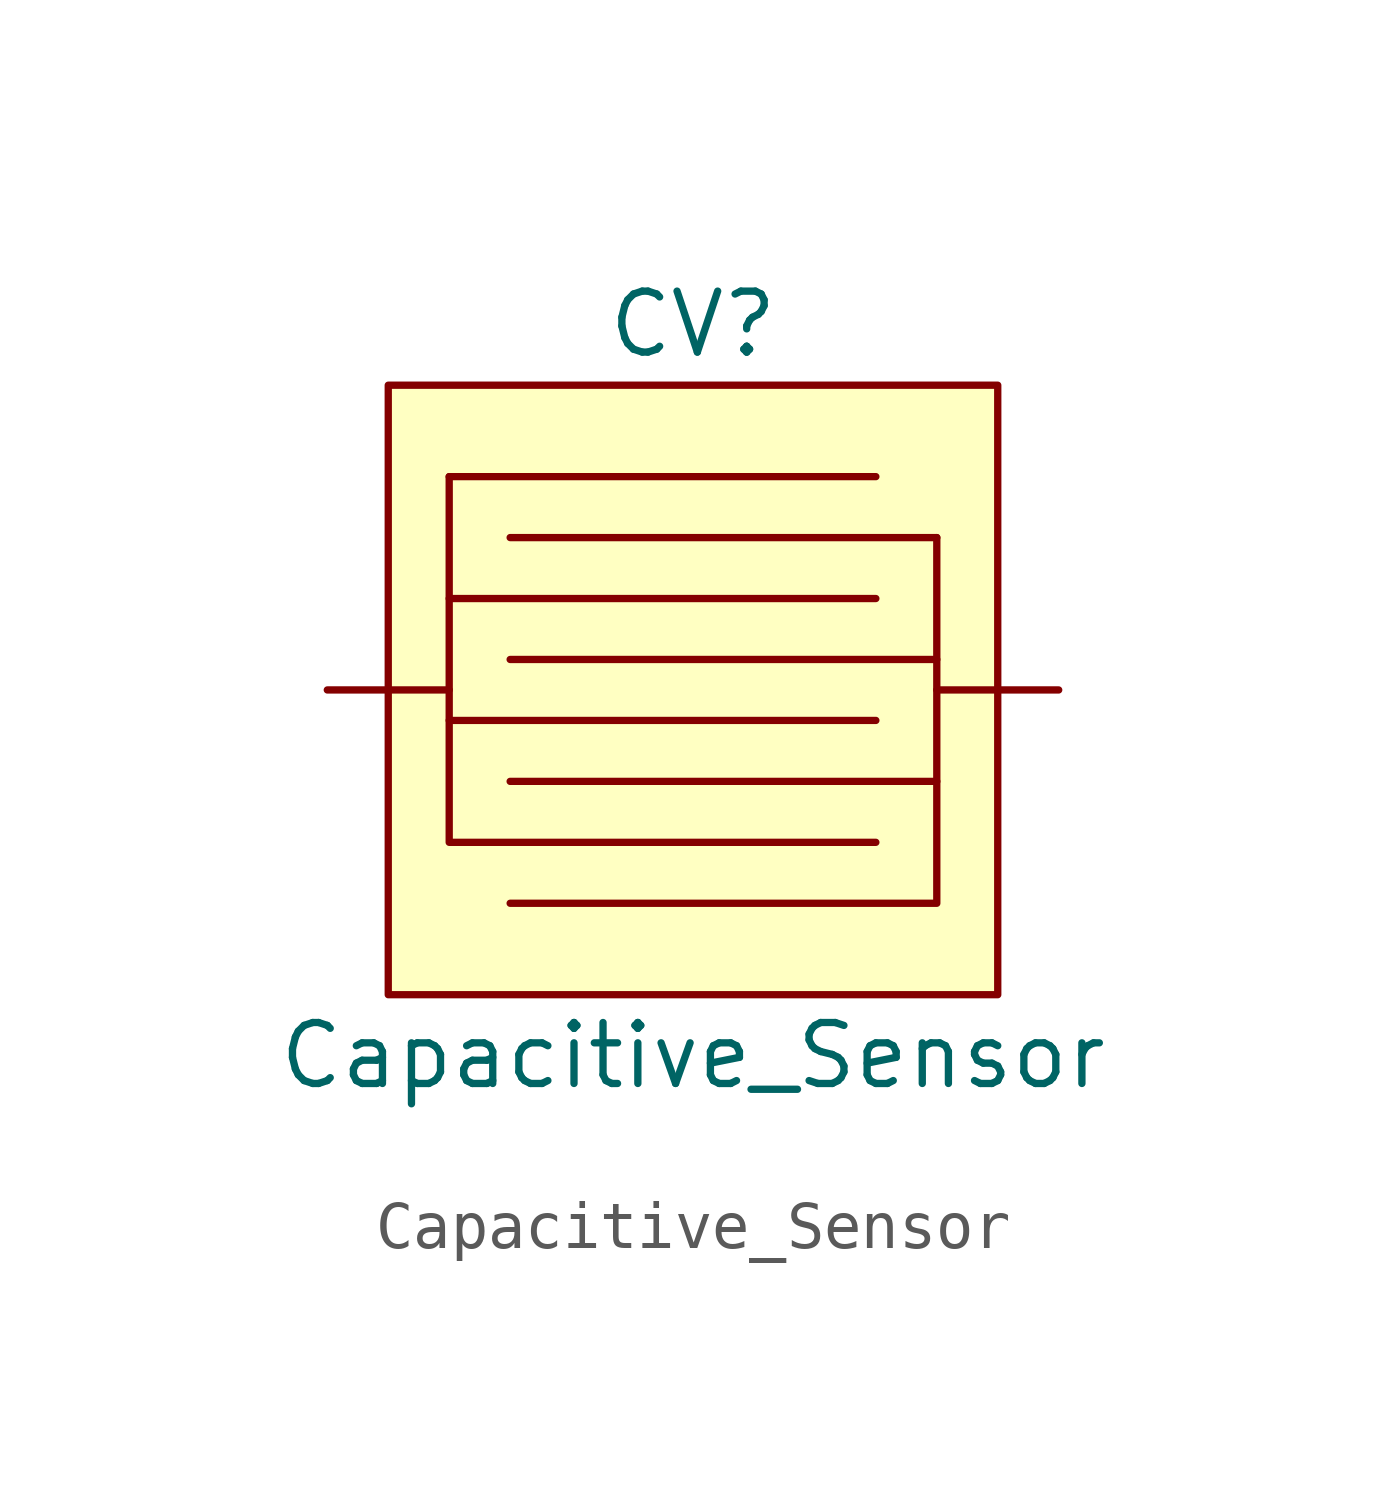
<source format=kicad_sym>
(kicad_symbol_lib
  (version 20211014)
  (generator kicad_symbol_editor)
  (symbol "Capacitive_Sensor"
    (pin_numbers hide)
    (pin_names
      (offset 0) hide)
    (property "Reference" "CV"
      (at 0 7.62 0)
      (effects (font (size 1.27 1.27))))
    (property "Value" "Capacitive_Sensor"
      (at 0 -7.62 0)
      (effects (font (size 1.27 1.27))))
    (symbol "Capacitive_Sensor_0_1"
      (rectangle (start -6.35 6.35) (end 6.35 -6.35) (stroke (width 0) (type default) (color 0 0 0 0)) (fill (type background)))
      (polyline (pts (xy -5.08 4.445) (xy 3.81 4.445)) (stroke (width 0) (type default) (color 0 0 0 0)) (fill (type none)))
      (polyline (pts (xy 5.08 3.175) (xy -3.81 3.175)) (stroke (width 0) (type default) (color 0 0 0 0)) (fill (type none)))
      (polyline (pts (xy -5.08 -0.635) (xy -5.08 -3.175) (xy 3.81 -3.175)) (stroke (width 0) (type default) (color 0 0 0 0)) (fill (type none)))
      (polyline (pts (xy -5.08 1.905) (xy -5.08 -0.635) (xy 3.81 -0.635)) (stroke (width 0) (type default) (color 0 0 0 0)) (fill (type none)))
      (polyline (pts (xy -5.08 4.445) (xy -5.08 1.905) (xy 3.81 1.905)) (stroke (width 0) (type default) (color 0 0 0 0)) (fill (type none)))
      (polyline (pts (xy 5.08 -1.905) (xy 5.08 -4.445) (xy -3.81 -4.445)) (stroke (width 0) (type default) (color 0 0 0 0)) (fill (type none)))
      (polyline (pts (xy 5.08 0.635) (xy 5.08 -1.905) (xy -3.81 -1.905)) (stroke (width 0) (type default) (color 0 0 0 0)) (fill (type none)))
      (polyline (pts (xy 5.08 3.175) (xy 5.08 0.635) (xy -3.81 0.635)) (stroke (width 0) (type default) (color 0 0 0 0)) (fill (type none))))
    (symbol "Capacitive_Sensor_1_1"
      (pin bidirectional line (at -7.62 0 0) (length 2.54) (name "" (effects (font (size 1.27 1.27)))) (number "1" (effects (font (size 1.27 1.27)))))
      (pin bidirectional line (at 7.62 0 180) (length 2.54) (name "" (effects (font (size 1.27 1.27)))) (number "2" (effects (font (size 1.27 1.27))))))))
</source>
